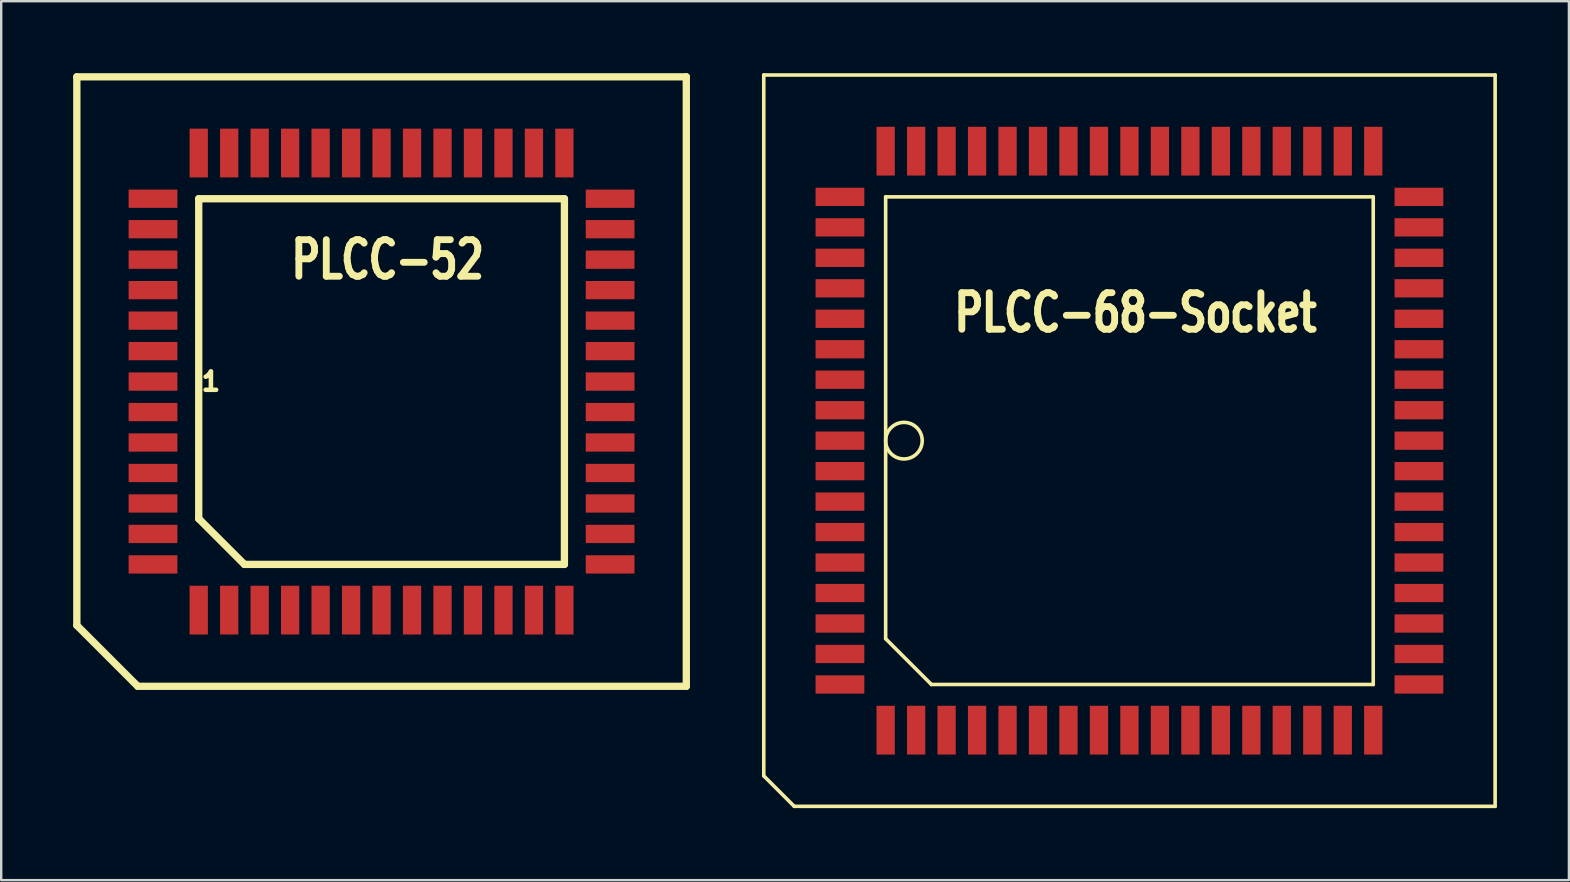
<source format=kicad_pcb>
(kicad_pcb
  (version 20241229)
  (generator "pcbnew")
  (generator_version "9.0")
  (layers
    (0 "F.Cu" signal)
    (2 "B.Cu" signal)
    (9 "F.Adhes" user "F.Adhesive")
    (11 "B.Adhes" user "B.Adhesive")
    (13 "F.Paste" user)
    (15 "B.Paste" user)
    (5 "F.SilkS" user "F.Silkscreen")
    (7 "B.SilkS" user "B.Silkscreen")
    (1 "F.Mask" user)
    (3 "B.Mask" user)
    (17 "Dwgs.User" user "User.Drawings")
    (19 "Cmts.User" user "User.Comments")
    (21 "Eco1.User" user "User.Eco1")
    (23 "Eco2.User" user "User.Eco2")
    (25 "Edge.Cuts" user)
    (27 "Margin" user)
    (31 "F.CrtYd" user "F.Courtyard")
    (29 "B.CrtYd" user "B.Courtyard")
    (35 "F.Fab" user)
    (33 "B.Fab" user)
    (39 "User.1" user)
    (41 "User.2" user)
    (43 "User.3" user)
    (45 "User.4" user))
  (footprint "PLCC-68-Socket"
    (layer "F.Cu")
    (at 44.02 15.315)
    (property "Reference" "PLCC-68-Socket" (at 0.254 -5.334 0) (layer "F.SilkS") (effects (font (size 1.524 1.143) (thickness 0.305))))
    (attr smd)
    (fp_line (start -15.24 -15.24) (end -15.24 13.97) (stroke (width 0.15) (type solid)) (layer "F.SilkS"))
    (fp_line (start -15.24 13.97) (end -13.97 15.24) (stroke (width 0.15) (type solid)) (layer "F.SilkS"))
    (fp_line (start -13.97 15.24) (end 15.24 15.24) (stroke (width 0.15) (type solid)) (layer "F.SilkS"))
    (fp_line (start -10.16 -10.16) (end 10.16 -10.16) (stroke (width 0.15) (type solid)) (layer "F.SilkS"))
    (fp_line (start -10.16 8.255) (end -10.16 -10.16) (stroke (width 0.15) (type solid)) (layer "F.SilkS"))
    (fp_line (start -8.255 10.16) (end -10.16 8.255) (stroke (width 0.15) (type solid)) (layer "F.SilkS"))
    (fp_line (start 10.16 -10.16) (end 10.16 10.16) (stroke (width 0.15) (type solid)) (layer "F.SilkS"))
    (fp_line (start 10.16 10.16) (end -8.255 10.16) (stroke (width 0.15) (type solid)) (layer "F.SilkS"))
    (fp_line (start 15.24 -15.24) (end -15.24 -15.24) (stroke (width 0.15) (type solid)) (layer "F.SilkS"))
    (fp_line (start 15.24 15.24) (end 15.24 -15.24) (stroke (width 0.15) (type solid)) (layer "F.SilkS"))
    (fp_circle (center -9.398 0) (end -10.16 0) (stroke (width 0.15) (type solid)) (fill no) (layer "F.SilkS"))
    (pad "1" smd rect (at -12.065 0) (size 2.032 0.762) (layers "F.Cu" "F.Mask" "F.Paste"))
    (pad "2" smd rect (at -12.065 1.27) (size 2.032 0.762) (layers "F.Cu" "F.Mask" "F.Paste"))
    (pad "3" smd rect (at -12.065 2.54) (size 2.032 0.762) (layers "F.Cu" "F.Mask" "F.Paste"))
    (pad "4" smd rect (at -12.065 3.81) (size 2.032 0.762) (layers "F.Cu" "F.Mask" "F.Paste"))
    (pad "5" smd rect (at -12.065 5.08) (size 2.032 0.762) (layers "F.Cu" "F.Mask" "F.Paste"))
    (pad "6" smd rect (at -12.065 6.35) (size 2.032 0.762) (layers "F.Cu" "F.Mask" "F.Paste"))
    (pad "7" smd rect (at -12.065 7.62) (size 2.032 0.762) (layers "F.Cu" "F.Mask" "F.Paste"))
    (pad "8" smd rect (at -12.065 8.89) (size 2.032 0.762) (layers "F.Cu" "F.Mask" "F.Paste"))
    (pad "9" smd rect (at -12.065 10.16) (size 2.032 0.762) (layers "F.Cu" "F.Mask" "F.Paste"))
    (pad "10" smd rect (at -10.16 12.065) (size 0.762 2.032) (layers "F.Cu" "F.Mask" "F.Paste"))
    (pad "11" smd rect (at -8.89 12.065) (size 0.762 2.032) (layers "F.Cu" "F.Mask" "F.Paste"))
    (pad "12" smd rect (at -7.62 12.065) (size 0.762 2.032) (layers "F.Cu" "F.Mask" "F.Paste"))
    (pad "13" smd rect (at -6.35 12.065) (size 0.762 2.032) (layers "F.Cu" "F.Mask" "F.Paste"))
    (pad "14" smd rect (at -5.08 12.065) (size 0.762 2.032) (layers "F.Cu" "F.Mask" "F.Paste"))
    (pad "15" smd rect (at -3.81 12.065) (size 0.762 2.032) (layers "F.Cu" "F.Mask" "F.Paste"))
    (pad "16" smd rect (at -2.54 12.065) (size 0.762 2.032) (layers "F.Cu" "F.Mask" "F.Paste"))
    (pad "17" smd rect (at -1.27 12.065) (size 0.762 2.032) (layers "F.Cu" "F.Mask" "F.Paste"))
    (pad "18" smd rect (at 0 12.065) (size 0.762 2.032) (layers "F.Cu" "F.Mask" "F.Paste"))
    (pad "19" smd rect (at 1.27 12.065) (size 0.762 2.032) (layers "F.Cu" "F.Mask" "F.Paste"))
    (pad "20" smd rect (at 2.54 12.065) (size 0.762 2.032) (layers "F.Cu" "F.Mask" "F.Paste"))
    (pad "21" smd rect (at 3.81 12.065) (size 0.762 2.032) (layers "F.Cu" "F.Mask" "F.Paste"))
    (pad "22" smd rect (at 5.08 12.065) (size 0.762 2.032) (layers "F.Cu" "F.Mask" "F.Paste"))
    (pad "23" smd rect (at 6.35 12.065) (size 0.762 2.032) (layers "F.Cu" "F.Mask" "F.Paste"))
    (pad "24" smd rect (at 7.62 12.065) (size 0.762 2.032) (layers "F.Cu" "F.Mask" "F.Paste"))
    (pad "25" smd rect (at 8.89 12.065) (size 0.762 2.032) (layers "F.Cu" "F.Mask" "F.Paste"))
    (pad "26" smd rect (at 10.16 12.065) (size 0.762 2.032) (layers "F.Cu" "F.Mask" "F.Paste"))
    (pad "27" smd rect (at 12.065 10.16) (size 2.032 0.762) (layers "F.Cu" "F.Mask" "F.Paste"))
    (pad "28" smd rect (at 12.065 8.89) (size 2.032 0.762) (layers "F.Cu" "F.Mask" "F.Paste"))
    (pad "29" smd rect (at 12.065 7.62) (size 2.032 0.762) (layers "F.Cu" "F.Mask" "F.Paste"))
    (pad "30" smd rect (at 12.065 6.35) (size 2.032 0.762) (layers "F.Cu" "F.Mask" "F.Paste"))
    (pad "31" smd rect (at 12.065 5.08) (size 2.032 0.762) (layers "F.Cu" "F.Mask" "F.Paste"))
    (pad "32" smd rect (at 12.065 3.81) (size 2.032 0.762) (layers "F.Cu" "F.Mask" "F.Paste"))
    (pad "33" smd rect (at 12.065 2.54) (size 2.032 0.762) (layers "F.Cu" "F.Mask" "F.Paste"))
    (pad "34" smd rect (at 12.065 1.27) (size 2.032 0.762) (layers "F.Cu" "F.Mask" "F.Paste"))
    (pad "35" smd rect (at 12.065 0) (size 2.032 0.762) (layers "F.Cu" "F.Mask" "F.Paste"))
    (pad "36" smd rect (at 12.065 -1.27) (size 2.032 0.762) (layers "F.Cu" "F.Mask" "F.Paste"))
    (pad "37" smd rect (at 12.065 -2.54) (size 2.032 0.762) (layers "F.Cu" "F.Mask" "F.Paste"))
    (pad "38" smd rect (at 12.065 -3.81) (size 2.032 0.762) (layers "F.Cu" "F.Mask" "F.Paste"))
    (pad "39" smd rect (at 12.065 -5.08) (size 2.032 0.762) (layers "F.Cu" "F.Mask" "F.Paste"))
    (pad "40" smd rect (at 12.065 -6.35) (size 2.032 0.762) (layers "F.Cu" "F.Mask" "F.Paste"))
    (pad "41" smd rect (at 12.065 -7.62) (size 2.032 0.762) (layers "F.Cu" "F.Mask" "F.Paste"))
    (pad "42" smd rect (at 12.065 -8.89) (size 2.032 0.762) (layers "F.Cu" "F.Mask" "F.Paste"))
    (pad "43" smd rect (at 12.065 -10.16) (size 2.032 0.762) (layers "F.Cu" "F.Mask" "F.Paste"))
    (pad "44" smd rect (at 10.16 -12.065) (size 0.762 2.032) (layers "F.Cu" "F.Mask" "F.Paste"))
    (pad "45" smd rect (at 8.89 -12.065) (size 0.762 2.032) (layers "F.Cu" "F.Mask" "F.Paste"))
    (pad "46" smd rect (at 7.62 -12.065) (size 0.762 2.032) (layers "F.Cu" "F.Mask" "F.Paste"))
    (pad "47" smd rect (at 6.35 -12.065) (size 0.762 2.032) (layers "F.Cu" "F.Mask" "F.Paste"))
    (pad "48" smd rect (at 5.08 -12.065) (size 0.762 2.032) (layers "F.Cu" "F.Mask" "F.Paste"))
    (pad "49" smd rect (at 3.81 -12.065) (size 0.762 2.032) (layers "F.Cu" "F.Mask" "F.Paste"))
    (pad "50" smd rect (at 2.54 -12.065) (size 0.762 2.032) (layers "F.Cu" "F.Mask" "F.Paste"))
    (pad "51" smd rect (at 1.27 -12.065) (size 0.762 2.032) (layers "F.Cu" "F.Mask" "F.Paste"))
    (pad "52" smd rect (at 0 -12.065) (size 0.762 2.032) (layers "F.Cu" "F.Mask" "F.Paste"))
    (pad "53" smd rect (at -1.27 -12.065) (size 0.762 2.032) (layers "F.Cu" "F.Mask" "F.Paste"))
    (pad "54" smd rect (at -2.54 -12.065) (size 0.762 2.032) (layers "F.Cu" "F.Mask" "F.Paste"))
    (pad "55" smd rect (at -3.81 -12.065) (size 0.762 2.032) (layers "F.Cu" "F.Mask" "F.Paste"))
    (pad "56" smd rect (at -5.08 -12.065) (size 0.762 2.032) (layers "F.Cu" "F.Mask" "F.Paste"))
    (pad "57" smd rect (at -6.35 -12.065) (size 0.762 2.032) (layers "F.Cu" "F.Mask" "F.Paste"))
    (pad "58" smd rect (at -7.62 -12.065) (size 0.762 2.032) (layers "F.Cu" "F.Mask" "F.Paste"))
    (pad "59" smd rect (at -8.89 -12.065) (size 0.762 2.032) (layers "F.Cu" "F.Mask" "F.Paste"))
    (pad "60" smd rect (at -10.16 -12.065) (size 0.762 2.032) (layers "F.Cu" "F.Mask" "F.Paste"))
    (pad "61" smd rect (at -12.065 -10.16) (size 2.032 0.762) (layers "F.Cu" "F.Mask" "F.Paste"))
    (pad "62" smd rect (at -12.065 -8.89) (size 2.032 0.762) (layers "F.Cu" "F.Mask" "F.Paste"))
    (pad "63" smd rect (at -12.065 -7.62) (size 2.032 0.762) (layers "F.Cu" "F.Mask" "F.Paste"))
    (pad "64" smd rect (at -12.065 -6.35) (size 2.032 0.762) (layers "F.Cu" "F.Mask" "F.Paste"))
    (pad "65" smd rect (at -12.065 -5.08) (size 2.032 0.762) (layers "F.Cu" "F.Mask" "F.Paste"))
    (pad "66" smd rect (at -12.065 -3.81) (size 2.032 0.762) (layers "F.Cu" "F.Mask" "F.Paste"))
    (pad "67" smd rect (at -12.065 -2.54) (size 2.032 0.762) (layers "F.Cu" "F.Mask" "F.Paste"))
    (pad "68" smd rect (at -12.065 -1.27) (size 2.032 0.762) (layers "F.Cu" "F.Mask" "F.Paste")))
  (footprint "PLCC-52"
    (layer "F.Cu")
    (at 12.852 12.852)
    (property "Reference" "PLCC-52" (at 0.254 -5.08 0) (layer "F.SilkS") (effects (font (size 1.524 1.143) (thickness 0.305))))
    (attr smd)
    (fp_line (start -12.7 -12.7) (end 12.7 -12.7) (stroke (width 0.305) (type solid)) (layer "F.SilkS"))
    (fp_line (start -12.7 10.16) (end -12.7 -12.7) (stroke (width 0.305) (type solid)) (layer "F.SilkS"))
    (fp_line (start -10.16 12.7) (end -12.7 10.16) (stroke (width 0.305) (type solid)) (layer "F.SilkS"))
    (fp_line (start -10.16 12.7) (end 12.7 12.7) (stroke (width 0.305) (type solid)) (layer "F.SilkS"))
    (fp_line (start -7.62 -7.62) (end 7.62 -7.62) (stroke (width 0.305) (type solid)) (layer "F.SilkS"))
    (fp_line (start -7.62 5.715) (end -7.62 -7.62) (stroke (width 0.305) (type solid)) (layer "F.SilkS"))
    (fp_line (start -5.715 7.62) (end -7.62 5.715) (stroke (width 0.305) (type solid)) (layer "F.SilkS"))
    (fp_line (start 7.62 -7.62) (end 7.62 7.62) (stroke (width 0.305) (type solid)) (layer "F.SilkS"))
    (fp_line (start 7.62 7.62) (end -5.715 7.62) (stroke (width 0.305) (type solid)) (layer "F.SilkS"))
    (fp_line (start 12.7 -12.7) (end 12.7 12.7) (stroke (width 0.305) (type solid)) (layer "F.SilkS"))
    (fp_text user "1" (at -7.112 0 0) (layer "F.SilkS") (effects (font (size 0.762 0.762) (thickness 0.305))))
    (pad "1" smd rect (at -9.525 0) (size 2.032 0.762) (layers "F.Cu" "F.Mask" "F.Paste"))
    (pad "2" smd rect (at -9.525 1.27) (size 2.032 0.762) (layers "F.Cu" "F.Mask" "F.Paste"))
    (pad "3" smd rect (at -9.525 2.54) (size 2.032 0.762) (layers "F.Cu" "F.Mask" "F.Paste"))
    (pad "4" smd rect (at -9.525 3.81) (size 2.032 0.762) (layers "F.Cu" "F.Mask" "F.Paste"))
    (pad "5" smd rect (at -9.525 5.08) (size 2.032 0.762) (layers "F.Cu" "F.Mask" "F.Paste"))
    (pad "6" smd rect (at -9.525 6.35) (size 2.032 0.762) (layers "F.Cu" "F.Mask" "F.Paste"))
    (pad "7" smd rect (at -9.525 7.62) (size 2.032 0.762) (layers "F.Cu" "F.Mask" "F.Paste"))
    (pad "8" smd rect (at -7.62 9.525) (size 0.762 2.032) (layers "F.Cu" "F.Mask" "F.Paste"))
    (pad "9" smd rect (at -6.35 9.525) (size 0.762 2.032) (layers "F.Cu" "F.Mask" "F.Paste"))
    (pad "10" smd rect (at -5.08 9.525) (size 0.762 2.032) (layers "F.Cu" "F.Mask" "F.Paste"))
    (pad "11" smd rect (at -3.81 9.525) (size 0.762 2.032) (layers "F.Cu" "F.Mask" "F.Paste"))
    (pad "12" smd rect (at -2.54 9.525) (size 0.762 2.032) (layers "F.Cu" "F.Mask" "F.Paste"))
    (pad "13" smd rect (at -1.27 9.525) (size 0.762 2.032) (layers "F.Cu" "F.Mask" "F.Paste"))
    (pad "14" smd rect (at 0 9.525) (size 0.762 2.032) (layers "F.Cu" "F.Mask" "F.Paste"))
    (pad "15" smd rect (at 1.27 9.525) (size 0.762 2.032) (layers "F.Cu" "F.Mask" "F.Paste"))
    (pad "16" smd rect (at 2.54 9.525) (size 0.762 2.032) (layers "F.Cu" "F.Mask" "F.Paste"))
    (pad "17" smd rect (at 3.81 9.525) (size 0.762 2.032) (layers "F.Cu" "F.Mask" "F.Paste"))
    (pad "18" smd rect (at 5.08 9.525) (size 0.762 2.032) (layers "F.Cu" "F.Mask" "F.Paste"))
    (pad "19" smd rect (at 6.35 9.525) (size 0.762 2.032) (layers "F.Cu" "F.Mask" "F.Paste"))
    (pad "20" smd rect (at 7.62 9.525) (size 0.762 2.032) (layers "F.Cu" "F.Mask" "F.Paste"))
    (pad "21" smd rect (at 9.525 7.62) (size 2.032 0.762) (layers "F.Cu" "F.Mask" "F.Paste"))
    (pad "22" smd rect (at 9.525 6.35) (size 2.032 0.762) (layers "F.Cu" "F.Mask" "F.Paste"))
    (pad "23" smd rect (at 9.525 5.08) (size 2.032 0.762) (layers "F.Cu" "F.Mask" "F.Paste"))
    (pad "24" smd rect (at 9.525 3.81) (size 2.032 0.762) (layers "F.Cu" "F.Mask" "F.Paste"))
    (pad "25" smd rect (at 9.525 2.54) (size 2.032 0.762) (layers "F.Cu" "F.Mask" "F.Paste"))
    (pad "26" smd rect (at 9.525 1.27) (size 2.032 0.762) (layers "F.Cu" "F.Mask" "F.Paste"))
    (pad "27" smd rect (at 9.525 0) (size 2.032 0.762) (layers "F.Cu" "F.Mask" "F.Paste"))
    (pad "28" smd rect (at 9.525 -1.27) (size 2.032 0.762) (layers "F.Cu" "F.Mask" "F.Paste"))
    (pad "29" smd rect (at 9.525 -2.54) (size 2.032 0.762) (layers "F.Cu" "F.Mask" "F.Paste"))
    (pad "30" smd rect (at 9.525 -3.81) (size 2.032 0.762) (layers "F.Cu" "F.Mask" "F.Paste"))
    (pad "31" smd rect (at 9.525 -5.08) (size 2.032 0.762) (layers "F.Cu" "F.Mask" "F.Paste"))
    (pad "32" smd rect (at 9.525 -6.35) (size 2.032 0.762) (layers "F.Cu" "F.Mask" "F.Paste"))
    (pad "33" smd rect (at 9.525 -7.62) (size 2.032 0.762) (layers "F.Cu" "F.Mask" "F.Paste"))
    (pad "34" smd rect (at 7.62 -9.525) (size 0.762 2.032) (layers "F.Cu" "F.Mask" "F.Paste"))
    (pad "35" smd rect (at 6.35 -9.525) (size 0.762 2.032) (layers "F.Cu" "F.Mask" "F.Paste"))
    (pad "36" smd rect (at 5.08 -9.525) (size 0.762 2.032) (layers "F.Cu" "F.Mask" "F.Paste"))
    (pad "37" smd rect (at 3.81 -9.525) (size 0.762 2.032) (layers "F.Cu" "F.Mask" "F.Paste"))
    (pad "38" smd rect (at 2.54 -9.525) (size 0.762 2.032) (layers "F.Cu" "F.Mask" "F.Paste"))
    (pad "39" smd rect (at 1.27 -9.525) (size 0.762 2.032) (layers "F.Cu" "F.Mask" "F.Paste"))
    (pad "40" smd rect (at 0 -9.525) (size 0.762 2.032) (layers "F.Cu" "F.Mask" "F.Paste"))
    (pad "41" smd rect (at -1.27 -9.525) (size 0.762 2.032) (layers "F.Cu" "F.Mask" "F.Paste"))
    (pad "42" smd rect (at -2.54 -9.525) (size 0.762 2.032) (layers "F.Cu" "F.Mask" "F.Paste"))
    (pad "43" smd rect (at -3.81 -9.525) (size 0.762 2.032) (layers "F.Cu" "F.Mask" "F.Paste"))
    (pad "44" smd rect (at -5.08 -9.525) (size 0.762 2.032) (layers "F.Cu" "F.Mask" "F.Paste"))
    (pad "45" smd rect (at -6.35 -9.525) (size 0.762 2.032) (layers "F.Cu" "F.Mask" "F.Paste"))
    (pad "46" smd rect (at -7.62 -9.525) (size 0.762 2.032) (layers "F.Cu" "F.Mask" "F.Paste"))
    (pad "47" smd rect (at -9.525 -7.62) (size 2.032 0.762) (layers "F.Cu" "F.Mask" "F.Paste"))
    (pad "48" smd rect (at -9.525 -6.35) (size 2.032 0.762) (layers "F.Cu" "F.Mask" "F.Paste"))
    (pad "49" smd rect (at -9.525 -5.08) (size 2.032 0.762) (layers "F.Cu" "F.Mask" "F.Paste"))
    (pad "50" smd rect (at -9.525 -3.81) (size 2.032 0.762) (layers "F.Cu" "F.Mask" "F.Paste"))
    (pad "51" smd rect (at -9.525 -2.54) (size 2.032 0.762) (layers "F.Cu" "F.Mask" "F.Paste"))
    (pad "52" smd rect (at -9.525 -1.27) (size 2.032 0.762) (layers "F.Cu" "F.Mask" "F.Paste")))
  (gr_rect
    (start -3 -3)
    (end 62.335 33.63)
    (stroke (width 0.1) (type default))
    (fill no)
    (layer "Edge.Cuts")))
</source>
